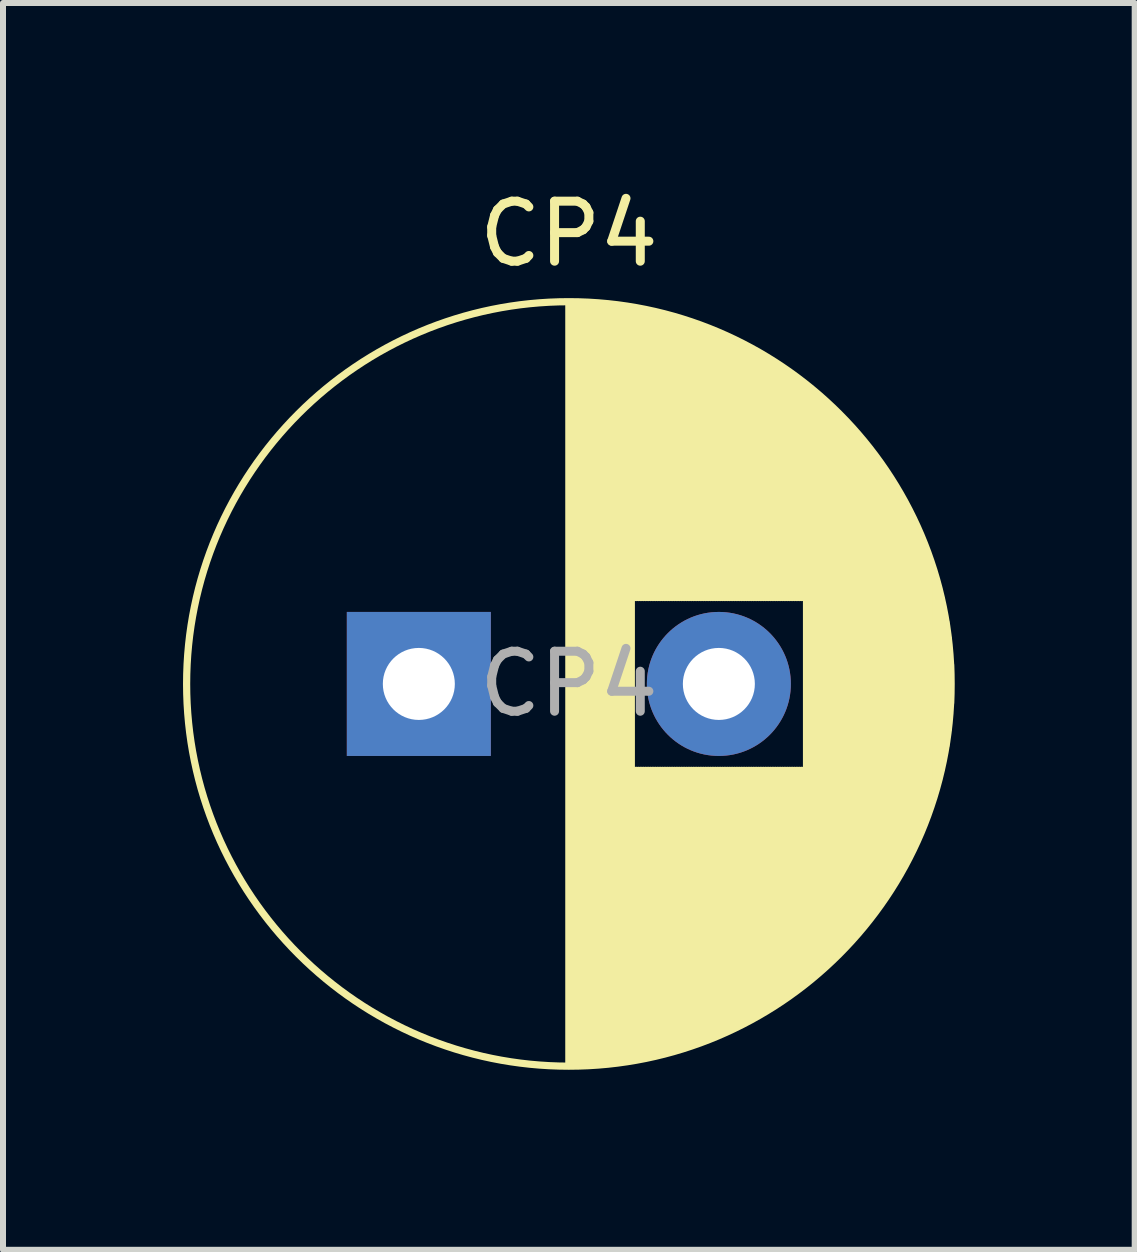
<source format=kicad_pcb>
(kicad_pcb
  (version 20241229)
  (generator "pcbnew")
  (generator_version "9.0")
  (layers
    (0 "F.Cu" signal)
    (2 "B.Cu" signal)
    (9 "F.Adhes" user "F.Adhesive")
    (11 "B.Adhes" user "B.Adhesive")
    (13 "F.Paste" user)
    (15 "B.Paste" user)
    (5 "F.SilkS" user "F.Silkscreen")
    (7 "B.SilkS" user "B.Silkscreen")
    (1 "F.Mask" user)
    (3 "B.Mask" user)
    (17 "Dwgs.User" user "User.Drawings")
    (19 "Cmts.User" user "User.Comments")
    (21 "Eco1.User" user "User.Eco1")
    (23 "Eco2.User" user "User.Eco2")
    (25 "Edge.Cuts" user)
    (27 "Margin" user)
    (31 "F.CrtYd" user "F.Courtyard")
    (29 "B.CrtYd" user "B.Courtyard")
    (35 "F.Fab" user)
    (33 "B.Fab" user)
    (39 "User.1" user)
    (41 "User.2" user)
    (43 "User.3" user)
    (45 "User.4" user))
  (footprint "CP4"
    (layer "F.Cu")
    (at 3.93 8.348)
    (property "Reference" "CP4" (at 2.5 -7.5 0) (layer "F.SilkS") (effects (font (size 1 1) (thickness 0.15))))
    (attr through_hole)
    (fp_line (start 2.5 -6.33) (end 2.5 6.33) (stroke (width 0.12) (type solid)) (layer "F.SilkS"))
    (fp_line (start 2.54 -6.33) (end 2.54 6.33) (stroke (width 0.12) (type solid)) (layer "F.SilkS"))
    (fp_line (start 2.58 -6.33) (end 2.58 6.33) (stroke (width 0.12) (type solid)) (layer "F.SilkS"))
    (fp_line (start 2.62 -6.329) (end 2.62 6.329) (stroke (width 0.12) (type solid)) (layer "F.SilkS"))
    (fp_line (start 2.66 -6.328) (end 2.66 6.328) (stroke (width 0.12) (type solid)) (layer "F.SilkS"))
    (fp_line (start 2.7 -6.327) (end 2.7 6.327) (stroke (width 0.12) (type solid)) (layer "F.SilkS"))
    (fp_line (start 2.74 -6.326) (end 2.74 6.326) (stroke (width 0.12) (type solid)) (layer "F.SilkS"))
    (fp_line (start 2.78 -6.324) (end 2.78 6.324) (stroke (width 0.12) (type solid)) (layer "F.SilkS"))
    (fp_line (start 2.82 -6.322) (end 2.82 6.322) (stroke (width 0.12) (type solid)) (layer "F.SilkS"))
    (fp_line (start 2.86 -6.32) (end 2.86 6.32) (stroke (width 0.12) (type solid)) (layer "F.SilkS"))
    (fp_line (start 2.9 -6.318) (end 2.9 6.318) (stroke (width 0.12) (type solid)) (layer "F.SilkS"))
    (fp_line (start 2.94 -6.315) (end 2.94 6.315) (stroke (width 0.12) (type solid)) (layer "F.SilkS"))
    (fp_line (start 2.98 -6.312) (end 2.98 6.312) (stroke (width 0.12) (type solid)) (layer "F.SilkS"))
    (fp_line (start 3.02 -6.309) (end 3.02 6.309) (stroke (width 0.12) (type solid)) (layer "F.SilkS"))
    (fp_line (start 3.06 -6.306) (end 3.06 6.306) (stroke (width 0.12) (type solid)) (layer "F.SilkS"))
    (fp_line (start 3.1 -6.302) (end 3.1 6.302) (stroke (width 0.12) (type solid)) (layer "F.SilkS"))
    (fp_line (start 3.14 -6.298) (end 3.14 6.298) (stroke (width 0.12) (type solid)) (layer "F.SilkS"))
    (fp_line (start 3.18 -6.294) (end 3.18 6.294) (stroke (width 0.12) (type solid)) (layer "F.SilkS"))
    (fp_line (start 3.221 -6.29) (end 3.221 6.29) (stroke (width 0.12) (type solid)) (layer "F.SilkS"))
    (fp_line (start 3.261 -6.285) (end 3.261 6.285) (stroke (width 0.12) (type solid)) (layer "F.SilkS"))
    (fp_line (start 3.301 -6.28) (end 3.301 6.28) (stroke (width 0.12) (type solid)) (layer "F.SilkS"))
    (fp_line (start 3.341 -6.275) (end 3.341 6.275) (stroke (width 0.12) (type solid)) (layer "F.SilkS"))
    (fp_line (start 3.381 -6.269) (end 3.381 6.269) (stroke (width 0.12) (type solid)) (layer "F.SilkS"))
    (fp_line (start 3.421 -6.264) (end 3.421 6.264) (stroke (width 0.12) (type solid)) (layer "F.SilkS"))
    (fp_line (start 3.461 -6.258) (end 3.461 6.258) (stroke (width 0.12) (type solid)) (layer "F.SilkS"))
    (fp_line (start 3.501 -6.252) (end 3.501 6.252) (stroke (width 0.12) (type solid)) (layer "F.SilkS"))
    (fp_line (start 3.541 -6.245) (end 3.541 6.245) (stroke (width 0.12) (type solid)) (layer "F.SilkS"))
    (fp_line (start 3.581 -6.238) (end 3.581 -1.44) (stroke (width 0.12) (type solid)) (layer "F.SilkS"))
    (fp_line (start 3.581 1.44) (end 3.581 6.238) (stroke (width 0.12) (type solid)) (layer "F.SilkS"))
    (fp_line (start 3.621 -6.231) (end 3.621 -1.44) (stroke (width 0.12) (type solid)) (layer "F.SilkS"))
    (fp_line (start 3.621 1.44) (end 3.621 6.231) (stroke (width 0.12) (type solid)) (layer "F.SilkS"))
    (fp_line (start 3.661 -6.224) (end 3.661 -1.44) (stroke (width 0.12) (type solid)) (layer "F.SilkS"))
    (fp_line (start 3.661 1.44) (end 3.661 6.224) (stroke (width 0.12) (type solid)) (layer "F.SilkS"))
    (fp_line (start 3.701 -6.216) (end 3.701 -1.44) (stroke (width 0.12) (type solid)) (layer "F.SilkS"))
    (fp_line (start 3.701 1.44) (end 3.701 6.216) (stroke (width 0.12) (type solid)) (layer "F.SilkS"))
    (fp_line (start 3.741 -6.209) (end 3.741 -1.44) (stroke (width 0.12) (type solid)) (layer "F.SilkS"))
    (fp_line (start 3.741 1.44) (end 3.741 6.209) (stroke (width 0.12) (type solid)) (layer "F.SilkS"))
    (fp_line (start 3.781 -6.201) (end 3.781 -1.44) (stroke (width 0.12) (type solid)) (layer "F.SilkS"))
    (fp_line (start 3.781 1.44) (end 3.781 6.201) (stroke (width 0.12) (type solid)) (layer "F.SilkS"))
    (fp_line (start 3.821 -6.192) (end 3.821 -1.44) (stroke (width 0.12) (type solid)) (layer "F.SilkS"))
    (fp_line (start 3.821 1.44) (end 3.821 6.192) (stroke (width 0.12) (type solid)) (layer "F.SilkS"))
    (fp_line (start 3.861 -6.184) (end 3.861 -1.44) (stroke (width 0.12) (type solid)) (layer "F.SilkS"))
    (fp_line (start 3.861 1.44) (end 3.861 6.184) (stroke (width 0.12) (type solid)) (layer "F.SilkS"))
    (fp_line (start 3.901 -6.175) (end 3.901 -1.44) (stroke (width 0.12) (type solid)) (layer "F.SilkS"))
    (fp_line (start 3.901 1.44) (end 3.901 6.175) (stroke (width 0.12) (type solid)) (layer "F.SilkS"))
    (fp_line (start 3.941 -6.166) (end 3.941 -1.44) (stroke (width 0.12) (type solid)) (layer "F.SilkS"))
    (fp_line (start 3.941 1.44) (end 3.941 6.166) (stroke (width 0.12) (type solid)) (layer "F.SilkS"))
    (fp_line (start 3.981 -6.156) (end 3.981 -1.44) (stroke (width 0.12) (type solid)) (layer "F.SilkS"))
    (fp_line (start 3.981 1.44) (end 3.981 6.156) (stroke (width 0.12) (type solid)) (layer "F.SilkS"))
    (fp_line (start 4.021 -6.146) (end 4.021 -1.44) (stroke (width 0.12) (type solid)) (layer "F.SilkS"))
    (fp_line (start 4.021 1.44) (end 4.021 6.146) (stroke (width 0.12) (type solid)) (layer "F.SilkS"))
    (fp_line (start 4.061 -6.137) (end 4.061 -1.44) (stroke (width 0.12) (type solid)) (layer "F.SilkS"))
    (fp_line (start 4.061 1.44) (end 4.061 6.137) (stroke (width 0.12) (type solid)) (layer "F.SilkS"))
    (fp_line (start 4.101 -6.126) (end 4.101 -1.44) (stroke (width 0.12) (type solid)) (layer "F.SilkS"))
    (fp_line (start 4.101 1.44) (end 4.101 6.126) (stroke (width 0.12) (type solid)) (layer "F.SilkS"))
    (fp_line (start 4.141 -6.116) (end 4.141 -1.44) (stroke (width 0.12) (type solid)) (layer "F.SilkS"))
    (fp_line (start 4.141 1.44) (end 4.141 6.116) (stroke (width 0.12) (type solid)) (layer "F.SilkS"))
    (fp_line (start 4.181 -6.105) (end 4.181 -1.44) (stroke (width 0.12) (type solid)) (layer "F.SilkS"))
    (fp_line (start 4.181 1.44) (end 4.181 6.105) (stroke (width 0.12) (type solid)) (layer "F.SilkS"))
    (fp_line (start 4.221 -6.094) (end 4.221 -1.44) (stroke (width 0.12) (type solid)) (layer "F.SilkS"))
    (fp_line (start 4.221 1.44) (end 4.221 6.094) (stroke (width 0.12) (type solid)) (layer "F.SilkS"))
    (fp_line (start 4.261 -6.083) (end 4.261 -1.44) (stroke (width 0.12) (type solid)) (layer "F.SilkS"))
    (fp_line (start 4.261 1.44) (end 4.261 6.083) (stroke (width 0.12) (type solid)) (layer "F.SilkS"))
    (fp_line (start 4.301 -6.071) (end 4.301 -1.44) (stroke (width 0.12) (type solid)) (layer "F.SilkS"))
    (fp_line (start 4.301 1.44) (end 4.301 6.071) (stroke (width 0.12) (type solid)) (layer "F.SilkS"))
    (fp_line (start 4.341 -6.059) (end 4.341 -1.44) (stroke (width 0.12) (type solid)) (layer "F.SilkS"))
    (fp_line (start 4.341 1.44) (end 4.341 6.059) (stroke (width 0.12) (type solid)) (layer "F.SilkS"))
    (fp_line (start 4.381 -6.047) (end 4.381 -1.44) (stroke (width 0.12) (type solid)) (layer "F.SilkS"))
    (fp_line (start 4.381 1.44) (end 4.381 6.047) (stroke (width 0.12) (type solid)) (layer "F.SilkS"))
    (fp_line (start 4.421 -6.034) (end 4.421 -1.44) (stroke (width 0.12) (type solid)) (layer "F.SilkS"))
    (fp_line (start 4.421 1.44) (end 4.421 6.034) (stroke (width 0.12) (type solid)) (layer "F.SilkS"))
    (fp_line (start 4.461 -6.021) (end 4.461 -1.44) (stroke (width 0.12) (type solid)) (layer "F.SilkS"))
    (fp_line (start 4.461 1.44) (end 4.461 6.021) (stroke (width 0.12) (type solid)) (layer "F.SilkS"))
    (fp_line (start 4.501 -6.008) (end 4.501 -1.44) (stroke (width 0.12) (type solid)) (layer "F.SilkS"))
    (fp_line (start 4.501 1.44) (end 4.501 6.008) (stroke (width 0.12) (type solid)) (layer "F.SilkS"))
    (fp_line (start 4.541 -5.995) (end 4.541 -1.44) (stroke (width 0.12) (type solid)) (layer "F.SilkS"))
    (fp_line (start 4.541 1.44) (end 4.541 5.995) (stroke (width 0.12) (type solid)) (layer "F.SilkS"))
    (fp_line (start 4.581 -5.981) (end 4.581 -1.44) (stroke (width 0.12) (type solid)) (layer "F.SilkS"))
    (fp_line (start 4.581 1.44) (end 4.581 5.981) (stroke (width 0.12) (type solid)) (layer "F.SilkS"))
    (fp_line (start 4.621 -5.967) (end 4.621 -1.44) (stroke (width 0.12) (type solid)) (layer "F.SilkS"))
    (fp_line (start 4.621 1.44) (end 4.621 5.967) (stroke (width 0.12) (type solid)) (layer "F.SilkS"))
    (fp_line (start 4.661 -5.953) (end 4.661 -1.44) (stroke (width 0.12) (type solid)) (layer "F.SilkS"))
    (fp_line (start 4.661 1.44) (end 4.661 5.953) (stroke (width 0.12) (type solid)) (layer "F.SilkS"))
    (fp_line (start 4.701 -5.939) (end 4.701 -1.44) (stroke (width 0.12) (type solid)) (layer "F.SilkS"))
    (fp_line (start 4.701 1.44) (end 4.701 5.939) (stroke (width 0.12) (type solid)) (layer "F.SilkS"))
    (fp_line (start 4.741 -5.924) (end 4.741 -1.44) (stroke (width 0.12) (type solid)) (layer "F.SilkS"))
    (fp_line (start 4.741 1.44) (end 4.741 5.924) (stroke (width 0.12) (type solid)) (layer "F.SilkS"))
    (fp_line (start 4.781 -5.908) (end 4.781 -1.44) (stroke (width 0.12) (type solid)) (layer "F.SilkS"))
    (fp_line (start 4.781 1.44) (end 4.781 5.908) (stroke (width 0.12) (type solid)) (layer "F.SilkS"))
    (fp_line (start 4.821 -5.893) (end 4.821 -1.44) (stroke (width 0.12) (type solid)) (layer "F.SilkS"))
    (fp_line (start 4.821 1.44) (end 4.821 5.893) (stroke (width 0.12) (type solid)) (layer "F.SilkS"))
    (fp_line (start 4.861 -5.877) (end 4.861 -1.44) (stroke (width 0.12) (type solid)) (layer "F.SilkS"))
    (fp_line (start 4.861 1.44) (end 4.861 5.877) (stroke (width 0.12) (type solid)) (layer "F.SilkS"))
    (fp_line (start 4.901 -5.861) (end 4.901 -1.44) (stroke (width 0.12) (type solid)) (layer "F.SilkS"))
    (fp_line (start 4.901 1.44) (end 4.901 5.861) (stroke (width 0.12) (type solid)) (layer "F.SilkS"))
    (fp_line (start 4.941 -5.845) (end 4.941 -1.44) (stroke (width 0.12) (type solid)) (layer "F.SilkS"))
    (fp_line (start 4.941 1.44) (end 4.941 5.845) (stroke (width 0.12) (type solid)) (layer "F.SilkS"))
    (fp_line (start 4.981 -5.828) (end 4.981 -1.44) (stroke (width 0.12) (type solid)) (layer "F.SilkS"))
    (fp_line (start 4.981 1.44) (end 4.981 5.828) (stroke (width 0.12) (type solid)) (layer "F.SilkS"))
    (fp_line (start 5.021 -5.811) (end 5.021 -1.44) (stroke (width 0.12) (type solid)) (layer "F.SilkS"))
    (fp_line (start 5.021 1.44) (end 5.021 5.811) (stroke (width 0.12) (type solid)) (layer "F.SilkS"))
    (fp_line (start 5.061 -5.793) (end 5.061 -1.44) (stroke (width 0.12) (type solid)) (layer "F.SilkS"))
    (fp_line (start 5.061 1.44) (end 5.061 5.793) (stroke (width 0.12) (type solid)) (layer "F.SilkS"))
    (fp_line (start 5.101 -5.776) (end 5.101 -1.44) (stroke (width 0.12) (type solid)) (layer "F.SilkS"))
    (fp_line (start 5.101 1.44) (end 5.101 5.776) (stroke (width 0.12) (type solid)) (layer "F.SilkS"))
    (fp_line (start 5.141 -5.758) (end 5.141 -1.44) (stroke (width 0.12) (type solid)) (layer "F.SilkS"))
    (fp_line (start 5.141 1.44) (end 5.141 5.758) (stroke (width 0.12) (type solid)) (layer "F.SilkS"))
    (fp_line (start 5.181 -5.739) (end 5.181 -1.44) (stroke (width 0.12) (type solid)) (layer "F.SilkS"))
    (fp_line (start 5.181 1.44) (end 5.181 5.739) (stroke (width 0.12) (type solid)) (layer "F.SilkS"))
    (fp_line (start 5.221 -5.721) (end 5.221 -1.44) (stroke (width 0.12) (type solid)) (layer "F.SilkS"))
    (fp_line (start 5.221 1.44) (end 5.221 5.721) (stroke (width 0.12) (type solid)) (layer "F.SilkS"))
    (fp_line (start 5.261 -5.702) (end 5.261 -1.44) (stroke (width 0.12) (type solid)) (layer "F.SilkS"))
    (fp_line (start 5.261 1.44) (end 5.261 5.702) (stroke (width 0.12) (type solid)) (layer "F.SilkS"))
    (fp_line (start 5.301 -5.682) (end 5.301 -1.44) (stroke (width 0.12) (type solid)) (layer "F.SilkS"))
    (fp_line (start 5.301 1.44) (end 5.301 5.682) (stroke (width 0.12) (type solid)) (layer "F.SilkS"))
    (fp_line (start 5.341 -5.662) (end 5.341 -1.44) (stroke (width 0.12) (type solid)) (layer "F.SilkS"))
    (fp_line (start 5.341 1.44) (end 5.341 5.662) (stroke (width 0.12) (type solid)) (layer "F.SilkS"))
    (fp_line (start 5.381 -5.642) (end 5.381 -1.44) (stroke (width 0.12) (type solid)) (layer "F.SilkS"))
    (fp_line (start 5.381 1.44) (end 5.381 5.642) (stroke (width 0.12) (type solid)) (layer "F.SilkS"))
    (fp_line (start 5.421 -5.622) (end 5.421 -1.44) (stroke (width 0.12) (type solid)) (layer "F.SilkS"))
    (fp_line (start 5.421 1.44) (end 5.421 5.622) (stroke (width 0.12) (type solid)) (layer "F.SilkS"))
    (fp_line (start 5.461 -5.601) (end 5.461 -1.44) (stroke (width 0.12) (type solid)) (layer "F.SilkS"))
    (fp_line (start 5.461 1.44) (end 5.461 5.601) (stroke (width 0.12) (type solid)) (layer "F.SilkS"))
    (fp_line (start 5.501 -5.58) (end 5.501 -1.44) (stroke (width 0.12) (type solid)) (layer "F.SilkS"))
    (fp_line (start 5.501 1.44) (end 5.501 5.58) (stroke (width 0.12) (type solid)) (layer "F.SilkS"))
    (fp_line (start 5.541 -5.558) (end 5.541 -1.44) (stroke (width 0.12) (type solid)) (layer "F.SilkS"))
    (fp_line (start 5.541 1.44) (end 5.541 5.558) (stroke (width 0.12) (type solid)) (layer "F.SilkS"))
    (fp_line (start 5.581 -5.536) (end 5.581 -1.44) (stroke (width 0.12) (type solid)) (layer "F.SilkS"))
    (fp_line (start 5.581 1.44) (end 5.581 5.536) (stroke (width 0.12) (type solid)) (layer "F.SilkS"))
    (fp_line (start 5.621 -5.514) (end 5.621 -1.44) (stroke (width 0.12) (type solid)) (layer "F.SilkS"))
    (fp_line (start 5.621 1.44) (end 5.621 5.514) (stroke (width 0.12) (type solid)) (layer "F.SilkS"))
    (fp_line (start 5.661 -5.491) (end 5.661 -1.44) (stroke (width 0.12) (type solid)) (layer "F.SilkS"))
    (fp_line (start 5.661 1.44) (end 5.661 5.491) (stroke (width 0.12) (type solid)) (layer "F.SilkS"))
    (fp_line (start 5.701 -5.468) (end 5.701 -1.44) (stroke (width 0.12) (type solid)) (layer "F.SilkS"))
    (fp_line (start 5.701 1.44) (end 5.701 5.468) (stroke (width 0.12) (type solid)) (layer "F.SilkS"))
    (fp_line (start 5.741 -5.445) (end 5.741 -1.44) (stroke (width 0.12) (type solid)) (layer "F.SilkS"))
    (fp_line (start 5.741 1.44) (end 5.741 5.445) (stroke (width 0.12) (type solid)) (layer "F.SilkS"))
    (fp_line (start 5.781 -5.421) (end 5.781 -1.44) (stroke (width 0.12) (type solid)) (layer "F.SilkS"))
    (fp_line (start 5.781 1.44) (end 5.781 5.421) (stroke (width 0.12) (type solid)) (layer "F.SilkS"))
    (fp_line (start 5.821 -5.397) (end 5.821 -1.44) (stroke (width 0.12) (type solid)) (layer "F.SilkS"))
    (fp_line (start 5.821 1.44) (end 5.821 5.397) (stroke (width 0.12) (type solid)) (layer "F.SilkS"))
    (fp_line (start 5.861 -5.372) (end 5.861 -1.44) (stroke (width 0.12) (type solid)) (layer "F.SilkS"))
    (fp_line (start 5.861 1.44) (end 5.861 5.372) (stroke (width 0.12) (type solid)) (layer "F.SilkS"))
    (fp_line (start 5.901 -5.347) (end 5.901 -1.44) (stroke (width 0.12) (type solid)) (layer "F.SilkS"))
    (fp_line (start 5.901 1.44) (end 5.901 5.347) (stroke (width 0.12) (type solid)) (layer "F.SilkS"))
    (fp_line (start 5.941 -5.322) (end 5.941 -1.44) (stroke (width 0.12) (type solid)) (layer "F.SilkS"))
    (fp_line (start 5.941 1.44) (end 5.941 5.322) (stroke (width 0.12) (type solid)) (layer "F.SilkS"))
    (fp_line (start 5.981 -5.296) (end 5.981 -1.44) (stroke (width 0.12) (type solid)) (layer "F.SilkS"))
    (fp_line (start 5.981 1.44) (end 5.981 5.296) (stroke (width 0.12) (type solid)) (layer "F.SilkS"))
    (fp_line (start 6.021 -5.27) (end 6.021 -1.44) (stroke (width 0.12) (type solid)) (layer "F.SilkS"))
    (fp_line (start 6.021 1.44) (end 6.021 5.27) (stroke (width 0.12) (type solid)) (layer "F.SilkS"))
    (fp_line (start 6.061 -5.243) (end 6.061 -1.44) (stroke (width 0.12) (type solid)) (layer "F.SilkS"))
    (fp_line (start 6.061 1.44) (end 6.061 5.243) (stroke (width 0.12) (type solid)) (layer "F.SilkS"))
    (fp_line (start 6.101 -5.216) (end 6.101 -1.44) (stroke (width 0.12) (type solid)) (layer "F.SilkS"))
    (fp_line (start 6.101 1.44) (end 6.101 5.216) (stroke (width 0.12) (type solid)) (layer "F.SilkS"))
    (fp_line (start 6.141 -5.188) (end 6.141 -1.44) (stroke (width 0.12) (type solid)) (layer "F.SilkS"))
    (fp_line (start 6.141 1.44) (end 6.141 5.188) (stroke (width 0.12) (type solid)) (layer "F.SilkS"))
    (fp_line (start 6.181 -5.16) (end 6.181 -1.44) (stroke (width 0.12) (type solid)) (layer "F.SilkS"))
    (fp_line (start 6.181 1.44) (end 6.181 5.16) (stroke (width 0.12) (type solid)) (layer "F.SilkS"))
    (fp_line (start 6.221 -5.131) (end 6.221 -1.44) (stroke (width 0.12) (type solid)) (layer "F.SilkS"))
    (fp_line (start 6.221 1.44) (end 6.221 5.131) (stroke (width 0.12) (type solid)) (layer "F.SilkS"))
    (fp_line (start 6.261 -5.102) (end 6.261 -1.44) (stroke (width 0.12) (type solid)) (layer "F.SilkS"))
    (fp_line (start 6.261 1.44) (end 6.261 5.102) (stroke (width 0.12) (type solid)) (layer "F.SilkS"))
    (fp_line (start 6.301 -5.073) (end 6.301 -1.44) (stroke (width 0.12) (type solid)) (layer "F.SilkS"))
    (fp_line (start 6.301 1.44) (end 6.301 5.073) (stroke (width 0.12) (type solid)) (layer "F.SilkS"))
    (fp_line (start 6.341 -5.043) (end 6.341 -1.44) (stroke (width 0.12) (type solid)) (layer "F.SilkS"))
    (fp_line (start 6.341 1.44) (end 6.341 5.043) (stroke (width 0.12) (type solid)) (layer "F.SilkS"))
    (fp_line (start 6.381 -5.012) (end 6.381 -1.44) (stroke (width 0.12) (type solid)) (layer "F.SilkS"))
    (fp_line (start 6.381 1.44) (end 6.381 5.012) (stroke (width 0.12) (type solid)) (layer "F.SilkS"))
    (fp_line (start 6.421 -4.982) (end 6.421 -1.44) (stroke (width 0.12) (type solid)) (layer "F.SilkS"))
    (fp_line (start 6.421 1.44) (end 6.421 4.982) (stroke (width 0.12) (type solid)) (layer "F.SilkS"))
    (fp_line (start 6.461 -4.95) (end 6.461 4.95) (stroke (width 0.12) (type solid)) (layer "F.SilkS"))
    (fp_line (start 6.501 -4.918) (end 6.501 4.918) (stroke (width 0.12) (type solid)) (layer "F.SilkS"))
    (fp_line (start 6.541 -4.885) (end 6.541 4.885) (stroke (width 0.12) (type solid)) (layer "F.SilkS"))
    (fp_line (start 6.581 -4.852) (end 6.581 4.852) (stroke (width 0.12) (type solid)) (layer "F.SilkS"))
    (fp_line (start 6.621 -4.819) (end 6.621 4.819) (stroke (width 0.12) (type solid)) (layer "F.SilkS"))
    (fp_line (start 6.661 -4.785) (end 6.661 4.785) (stroke (width 0.12) (type solid)) (layer "F.SilkS"))
    (fp_line (start 6.701 -4.75) (end 6.701 4.75) (stroke (width 0.12) (type solid)) (layer "F.SilkS"))
    (fp_line (start 6.741 -4.714) (end 6.741 4.714) (stroke (width 0.12) (type solid)) (layer "F.SilkS"))
    (fp_line (start 6.781 -4.678) (end 6.781 4.678) (stroke (width 0.12) (type solid)) (layer "F.SilkS"))
    (fp_line (start 6.821 -4.642) (end 6.821 4.642) (stroke (width 0.12) (type solid)) (layer "F.SilkS"))
    (fp_line (start 6.861 -4.605) (end 6.861 4.605) (stroke (width 0.12) (type solid)) (layer "F.SilkS"))
    (fp_line (start 6.901 -4.567) (end 6.901 4.567) (stroke (width 0.12) (type solid)) (layer "F.SilkS"))
    (fp_line (start 6.941 -4.528) (end 6.941 4.528) (stroke (width 0.12) (type solid)) (layer "F.SilkS"))
    (fp_line (start 6.981 -4.489) (end 6.981 4.489) (stroke (width 0.12) (type solid)) (layer "F.SilkS"))
    (fp_line (start 7.021 -4.449) (end 7.021 4.449) (stroke (width 0.12) (type solid)) (layer "F.SilkS"))
    (fp_line (start 7.061 -4.408) (end 7.061 4.408) (stroke (width 0.12) (type solid)) (layer "F.SilkS"))
    (fp_line (start 7.101 -4.367) (end 7.101 4.367) (stroke (width 0.12) (type solid)) (layer "F.SilkS"))
    (fp_line (start 7.141 -4.325) (end 7.141 4.325) (stroke (width 0.12) (type solid)) (layer "F.SilkS"))
    (fp_line (start 7.181 -4.282) (end 7.181 4.282) (stroke (width 0.12) (type solid)) (layer "F.SilkS"))
    (fp_line (start 7.221 -4.238) (end 7.221 4.238) (stroke (width 0.12) (type solid)) (layer "F.SilkS"))
    (fp_line (start 7.261 -4.194) (end 7.261 4.194) (stroke (width 0.12) (type solid)) (layer "F.SilkS"))
    (fp_line (start 7.301 -4.148) (end 7.301 4.148) (stroke (width 0.12) (type solid)) (layer "F.SilkS"))
    (fp_line (start 7.341 -4.102) (end 7.341 4.102) (stroke (width 0.12) (type solid)) (layer "F.SilkS"))
    (fp_line (start 7.381 -4.055) (end 7.381 4.055) (stroke (width 0.12) (type solid)) (layer "F.SilkS"))
    (fp_line (start 7.421 -4.007) (end 7.421 4.007) (stroke (width 0.12) (type solid)) (layer "F.SilkS"))
    (fp_line (start 7.461 -3.957) (end 7.461 3.957) (stroke (width 0.12) (type solid)) (layer "F.SilkS"))
    (fp_line (start 7.501 -3.907) (end 7.501 3.907) (stroke (width 0.12) (type solid)) (layer "F.SilkS"))
    (fp_line (start 7.541 -3.856) (end 7.541 3.856) (stroke (width 0.12) (type solid)) (layer "F.SilkS"))
    (fp_line (start 7.581 -3.804) (end 7.581 3.804) (stroke (width 0.12) (type solid)) (layer "F.SilkS"))
    (fp_line (start 7.621 -3.75) (end 7.621 3.75) (stroke (width 0.12) (type solid)) (layer "F.SilkS"))
    (fp_line (start 7.661 -3.696) (end 7.661 3.696) (stroke (width 0.12) (type solid)) (layer "F.SilkS"))
    (fp_line (start 7.701 -3.64) (end 7.701 3.64) (stroke (width 0.12) (type solid)) (layer "F.SilkS"))
    (fp_line (start 7.741 -3.583) (end 7.741 3.583) (stroke (width 0.12) (type solid)) (layer "F.SilkS"))
    (fp_line (start 7.781 -3.524) (end 7.781 3.524) (stroke (width 0.12) (type solid)) (layer "F.SilkS"))
    (fp_line (start 7.821 -3.464) (end 7.821 3.464) (stroke (width 0.12) (type solid)) (layer "F.SilkS"))
    (fp_line (start 7.861 -3.402) (end 7.861 3.402) (stroke (width 0.12) (type solid)) (layer "F.SilkS"))
    (fp_line (start 7.901 -3.339) (end 7.901 3.339) (stroke (width 0.12) (type solid)) (layer "F.SilkS"))
    (fp_line (start 7.941 -3.275) (end 7.941 3.275) (stroke (width 0.12) (type solid)) (layer "F.SilkS"))
    (fp_line (start 7.981 -3.208) (end 7.981 3.208) (stroke (width 0.12) (type solid)) (layer "F.SilkS"))
    (fp_line (start 8.021 -3.14) (end 8.021 3.14) (stroke (width 0.12) (type solid)) (layer "F.SilkS"))
    (fp_line (start 8.061 -3.069) (end 8.061 3.069) (stroke (width 0.12) (type solid)) (layer "F.SilkS"))
    (fp_line (start 8.101 -2.996) (end 8.101 2.996) (stroke (width 0.12) (type solid)) (layer "F.SilkS"))
    (fp_line (start 8.141 -2.921) (end 8.141 2.921) (stroke (width 0.12) (type solid)) (layer "F.SilkS"))
    (fp_line (start 8.181 -2.844) (end 8.181 2.844) (stroke (width 0.12) (type solid)) (layer "F.SilkS"))
    (fp_line (start 8.221 -2.764) (end 8.221 2.764) (stroke (width 0.12) (type solid)) (layer "F.SilkS"))
    (fp_line (start 8.261 -2.681) (end 8.261 2.681) (stroke (width 0.12) (type solid)) (layer "F.SilkS"))
    (fp_line (start 8.301 -2.594) (end 8.301 2.594) (stroke (width 0.12) (type solid)) (layer "F.SilkS"))
    (fp_line (start 8.341 -2.504) (end 8.341 2.504) (stroke (width 0.12) (type solid)) (layer "F.SilkS"))
    (fp_line (start 8.381 -2.41) (end 8.381 2.41) (stroke (width 0.12) (type solid)) (layer "F.SilkS"))
    (fp_line (start 8.421 -2.312) (end 8.421 2.312) (stroke (width 0.12) (type solid)) (layer "F.SilkS"))
    (fp_line (start 8.461 -2.209) (end 8.461 2.209) (stroke (width 0.12) (type solid)) (layer "F.SilkS"))
    (fp_line (start 8.501 -2.1) (end 8.501 2.1) (stroke (width 0.12) (type solid)) (layer "F.SilkS"))
    (fp_line (start 8.541 -1.984) (end 8.541 1.984) (stroke (width 0.12) (type solid)) (layer "F.SilkS"))
    (fp_line (start 8.581 -1.861) (end 8.581 1.861) (stroke (width 0.12) (type solid)) (layer "F.SilkS"))
    (fp_line (start 8.621 -1.728) (end 8.621 1.728) (stroke (width 0.12) (type solid)) (layer "F.SilkS"))
    (fp_line (start 8.661 -1.583) (end 8.661 1.583) (stroke (width 0.12) (type solid)) (layer "F.SilkS"))
    (fp_line (start 8.701 -1.422) (end 8.701 1.422) (stroke (width 0.12) (type solid)) (layer "F.SilkS"))
    (fp_line (start 8.741 -1.241) (end 8.741 1.241) (stroke (width 0.12) (type solid)) (layer "F.SilkS"))
    (fp_line (start 8.781 -1.028) (end 8.781 1.028) (stroke (width 0.12) (type solid)) (layer "F.SilkS"))
    (fp_line (start 8.821 -0.757) (end 8.821 0.757) (stroke (width 0.12) (type solid)) (layer "F.SilkS"))
    (fp_line (start 8.861 -0.317) (end 8.861 0.317) (stroke (width 0.12) (type solid)) (layer "F.SilkS"))
    (fp_circle (center 2.5 0) (end 8.87 0) (stroke (width 0.12) (type solid)) (fill no) (layer "F.SilkS"))
    (fp_text user "${REFERENCE}" (at 2.5 0 0) (layer "F.Fab") (effects (font (size 1 1) (thickness 0.15))))
    (pad "1" thru_hole rect (at 0 0) (size 2.4 2.4) (drill 1.2) (layers "*.Cu" "*.Mask"))
    (pad "2" thru_hole circle (at 5 0) (size 2.4 2.4) (drill 1.2) (layers "*.Cu" "*.Mask")))
  (gr_rect
    (start -3 -3)
    (end 15.86 17.778)
    (stroke (width 0.1) (type default))
    (fill no)
    (layer "Edge.Cuts")))
</source>
